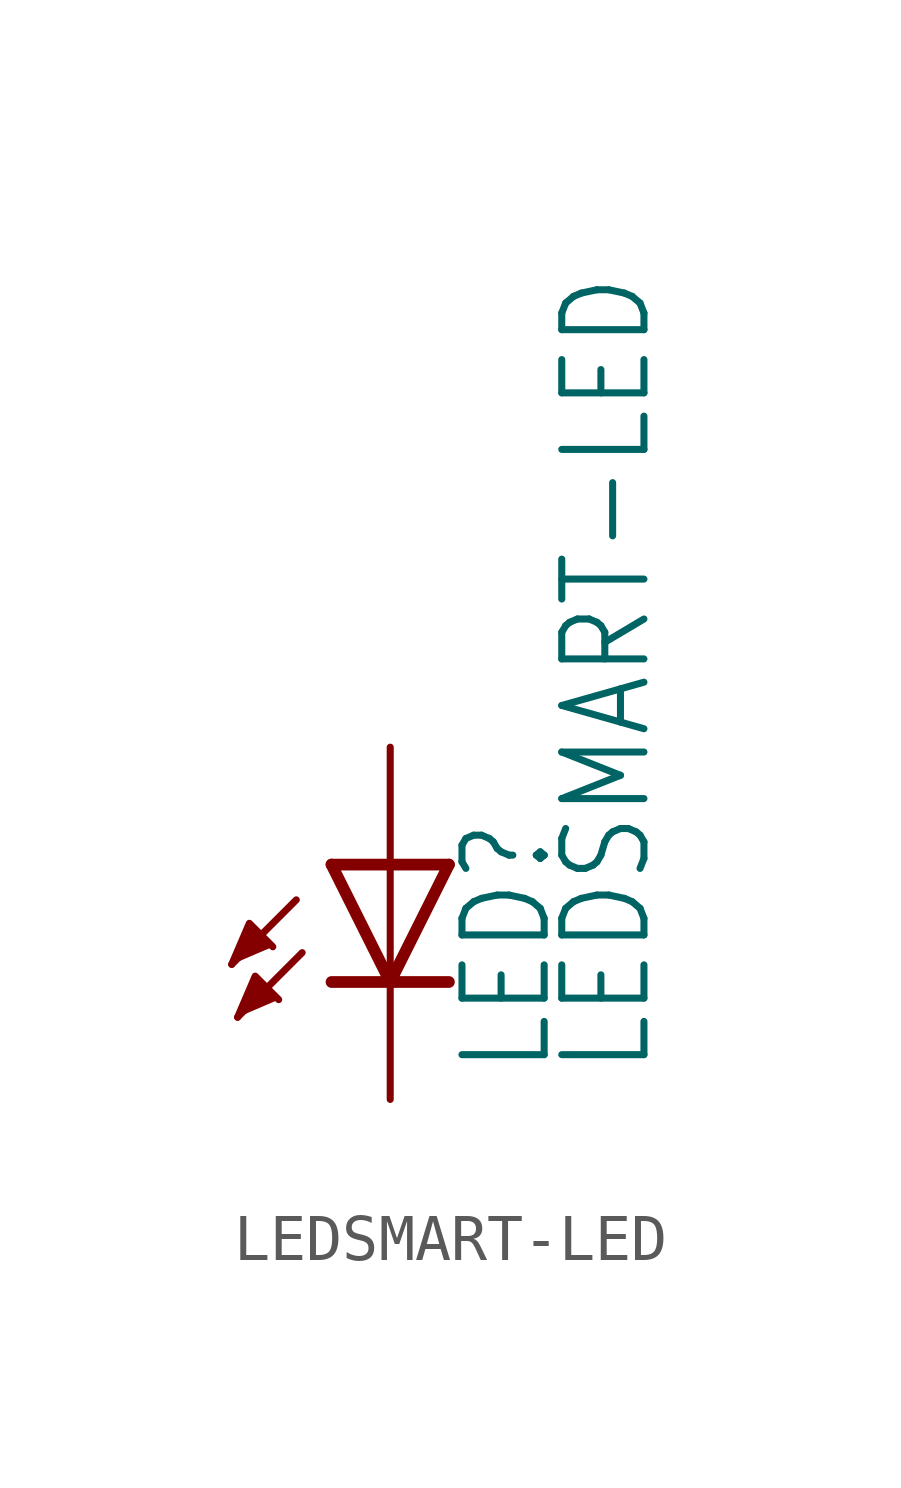
<source format=kicad_sym>
(kicad_symbol_lib
  (version 20211014)
  (generator kicad_symbol_editor)
  (symbol "LEDSMART-LED"
    (property "Reference" "LED"
      (at 3.556 -4.572 90)
      (effects (font (size 1.778 1.511)) (justify left bottom)))
    (property "Value" "LEDSMART-LED"
      (at 5.715 -4.572 90)
      (effects (font (size 1.778 1.511)) (justify left bottom)))
    (property "ki_locked" ""
      (at 0 0 0)
      (effects (font (size 1.27 1.27))))
    (symbol "LEDSMART-LED_1_0"
      (polyline (pts (xy -2.032 -0.762) (xy -3.429 -2.159)) (stroke (width 0.152) (type default) (color 0 0 0 0)) (fill (type none)))
      (polyline (pts (xy -1.905 -1.905) (xy -3.302 -3.302)) (stroke (width 0.152) (type default) (color 0 0 0 0)) (fill (type none)))
      (polyline (pts (xy 0 -2.54) (xy -1.27 -2.54)) (stroke (width 0.254) (type default) (color 0 0 0 0)) (fill (type none)))
      (polyline (pts (xy 0 -2.54) (xy -1.27 0)) (stroke (width 0.254) (type default) (color 0 0 0 0)) (fill (type none)))
      (polyline (pts (xy 0 0) (xy -1.27 0)) (stroke (width 0.254) (type default) (color 0 0 0 0)) (fill (type none)))
      (polyline (pts (xy 0 0) (xy 0 -2.54)) (stroke (width 0.152) (type default) (color 0 0 0 0)) (fill (type none)))
      (polyline (pts (xy 1.27 -2.54) (xy 0 -2.54)) (stroke (width 0.254) (type default) (color 0 0 0 0)) (fill (type none)))
      (polyline (pts (xy 1.27 0) (xy 0 -2.54)) (stroke (width 0.254) (type default) (color 0 0 0 0)) (fill (type none)))
      (polyline (pts (xy 1.27 0) (xy 0 0)) (stroke (width 0.254) (type default) (color 0 0 0 0)) (fill (type none)))
      (polyline (pts (xy -3.429 -2.159) (xy -3.048 -1.27) (xy -2.54 -1.778)) (stroke (width 0) (type default) (color 0 0 0 0)) (fill (type outline)))
      (polyline (pts (xy -3.302 -3.302) (xy -2.921 -2.413) (xy -2.413 -2.921)) (stroke (width 0) (type default) (color 0 0 0 0)) (fill (type outline)))
      (pin passive line (at 0 2.54 270) (length 2.54) (name "A" (effects (font (size 0 0)))) (number "A" (effects (font (size 0 0)))))
      (pin passive line (at 0 -5.08 90) (length 2.54) (name "C" (effects (font (size 0 0)))) (number "B" (effects (font (size 0 0))))))))
</source>
